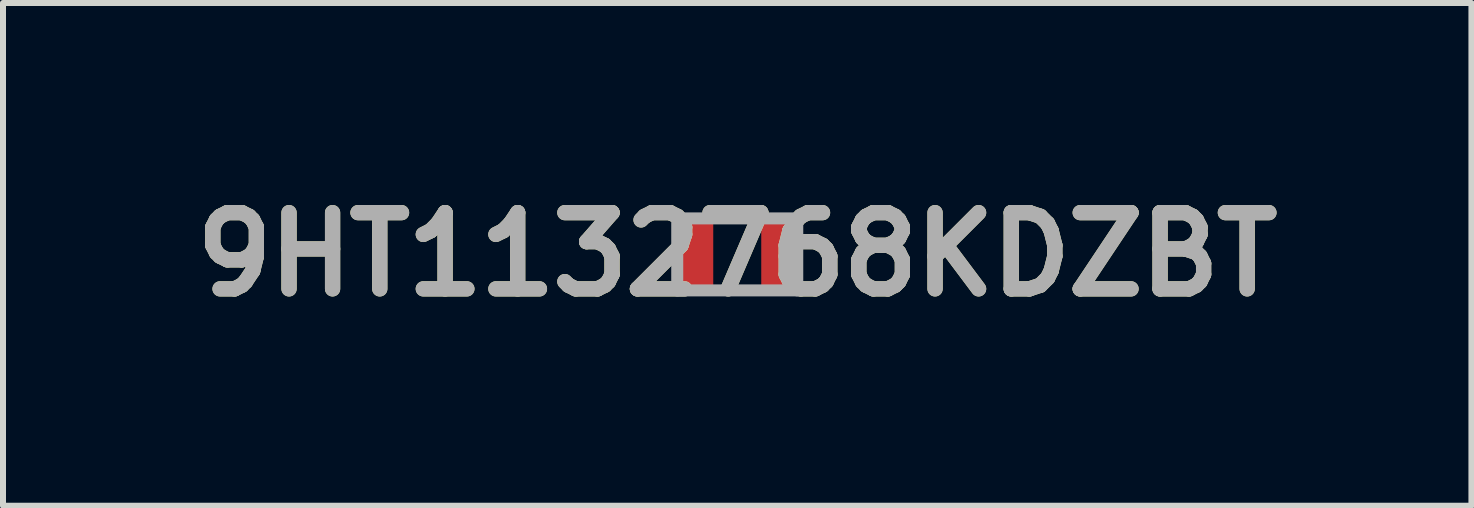
<source format=kicad_pcb>
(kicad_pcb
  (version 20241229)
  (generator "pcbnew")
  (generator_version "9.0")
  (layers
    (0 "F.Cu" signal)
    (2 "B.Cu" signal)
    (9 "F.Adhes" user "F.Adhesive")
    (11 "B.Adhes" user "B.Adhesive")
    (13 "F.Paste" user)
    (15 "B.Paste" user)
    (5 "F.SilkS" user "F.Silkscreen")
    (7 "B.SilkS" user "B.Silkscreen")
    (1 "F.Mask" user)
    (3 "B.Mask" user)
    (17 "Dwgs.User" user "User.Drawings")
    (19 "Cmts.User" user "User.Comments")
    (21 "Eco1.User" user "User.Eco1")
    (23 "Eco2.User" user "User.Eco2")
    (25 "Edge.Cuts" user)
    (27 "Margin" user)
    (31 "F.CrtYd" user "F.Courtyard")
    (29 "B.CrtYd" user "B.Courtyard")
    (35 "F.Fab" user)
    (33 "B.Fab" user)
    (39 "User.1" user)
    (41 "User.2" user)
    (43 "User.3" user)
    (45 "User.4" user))
  (footprint "9HT1132768KDZBT"
    (layer "F.Cu")
    (at 9.235 1.189)
    (property "Reference" "9HT1132768KDZBT" (at 0 0 0) (layer "F.SilkS") (effects (font (size 1.27 1.27) (thickness 0.254))))
    (attr smd)
    (fp_line (start -0.3 -0.6) (end 0.3 -0.6) (stroke (width 0.1) (type solid)) (layer "F.SilkS"))
    (fp_line (start -0.3 0.6) (end 0.3 0.6) (stroke (width 0.1) (type solid)) (layer "F.SilkS"))
    (fp_line (start -1 -0.6) (end 1 -0.6) (stroke (width 0.2) (type solid)) (layer "F.Fab"))
    (fp_line (start -1 0.6) (end -1 -0.6) (stroke (width 0.2) (type solid)) (layer "F.Fab"))
    (fp_line (start 1 -0.6) (end 1 0.6) (stroke (width 0.2) (type solid)) (layer "F.Fab"))
    (fp_line (start 1 0.6) (end -1 0.6) (stroke (width 0.2) (type solid)) (layer "F.Fab"))
    (fp_text user "${REFERENCE}" (at 0 0 0) (layer "F.Fab") (effects (font (size 1.27 1.27) (thickness 0.254))))
    (pad "1" smd rect (at -0.7 0) (size 0.6 1.1) (layers "F.Cu" "F.Mask" "F.Paste"))
    (pad "2" smd rect (at 0.7 0) (size 0.6 1.1) (layers "F.Cu" "F.Mask" "F.Paste")))
  (gr_rect
    (start -3 -3)
    (end 21.469 5.377)
    (stroke (width 0.1) (type default))
    (fill no)
    (layer "Edge.Cuts")))
</source>
